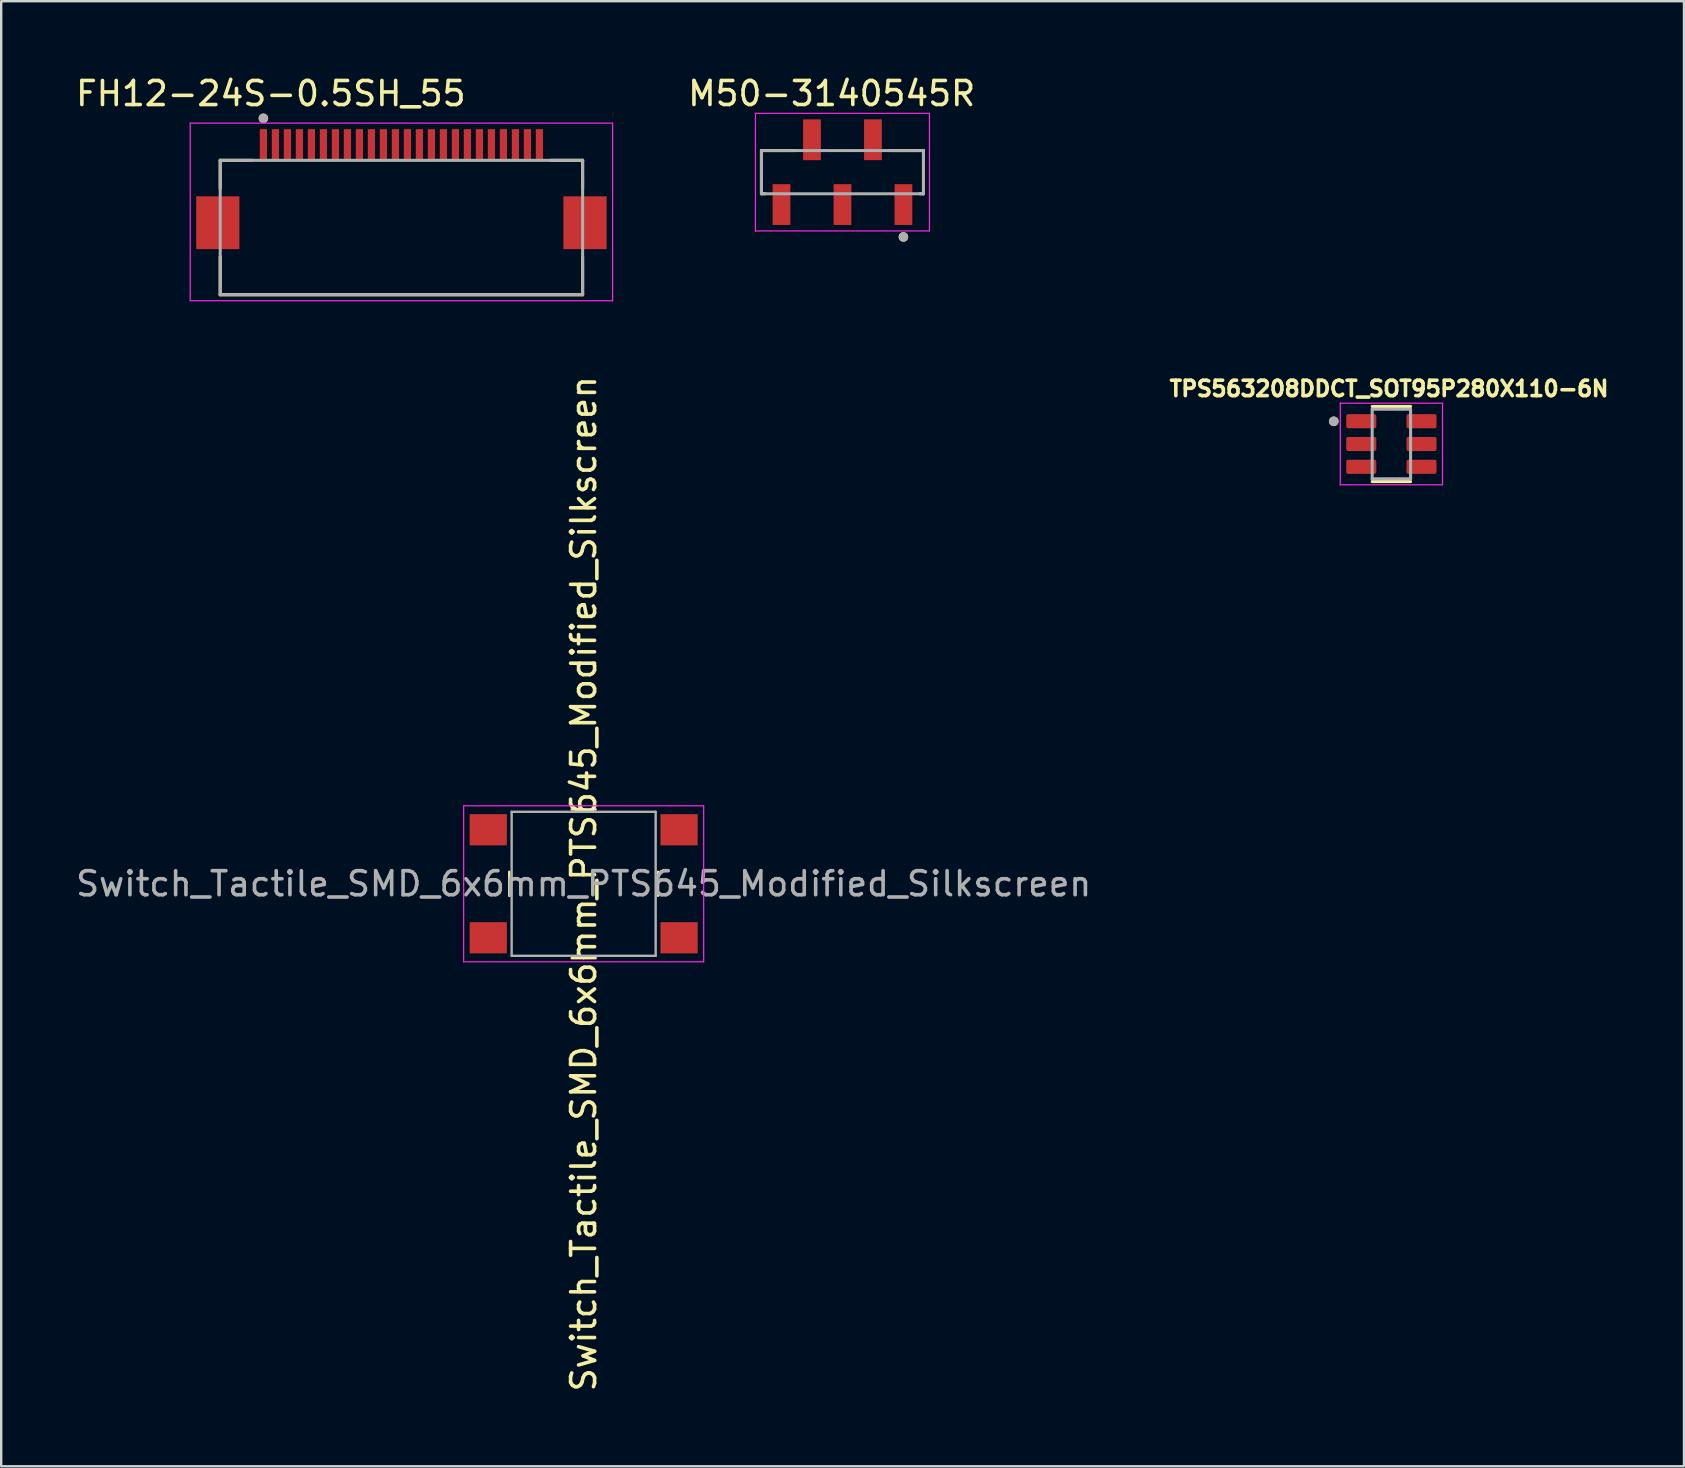
<source format=kicad_pcb>
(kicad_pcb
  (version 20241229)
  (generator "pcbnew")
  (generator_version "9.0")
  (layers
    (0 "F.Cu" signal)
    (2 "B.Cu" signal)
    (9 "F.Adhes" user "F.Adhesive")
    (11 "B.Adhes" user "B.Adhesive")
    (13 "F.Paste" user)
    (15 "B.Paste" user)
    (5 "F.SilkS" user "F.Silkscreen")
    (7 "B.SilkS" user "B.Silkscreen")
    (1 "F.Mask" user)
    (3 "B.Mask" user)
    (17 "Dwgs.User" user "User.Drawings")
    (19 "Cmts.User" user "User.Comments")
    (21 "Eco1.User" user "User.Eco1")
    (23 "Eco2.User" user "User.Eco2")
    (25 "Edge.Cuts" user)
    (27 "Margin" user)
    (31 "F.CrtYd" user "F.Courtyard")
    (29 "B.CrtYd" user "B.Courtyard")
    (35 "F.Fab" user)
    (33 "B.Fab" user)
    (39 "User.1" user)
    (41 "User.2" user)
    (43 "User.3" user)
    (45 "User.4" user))
  (footprint "M50-3140545R"
    (layer "F.Cu")
    (at 32.051 4.123)
    (property "Reference" "M50-3140545R" (at -0.45 -3.275 0) (layer "F.SilkS") (effects (font (size 1 1) (thickness 0.15))))
    (attr smd)
    (fp_line (start -3.375 -0.9) (end -3.375 0.9) (stroke (width 0.127) (type solid)) (layer "F.SilkS"))
    (fp_line (start -3.375 0.9) (end -3.23 0.9) (stroke (width 0.127) (type solid)) (layer "F.SilkS"))
    (fp_line (start -1.96 -0.9) (end -3.375 -0.9) (stroke (width 0.127) (type solid)) (layer "F.SilkS"))
    (fp_line (start 3.23 0.9) (end 3.375 0.9) (stroke (width 0.127) (type solid)) (layer "F.SilkS"))
    (fp_line (start 3.375 -0.9) (end 1.96 -0.9) (stroke (width 0.127) (type solid)) (layer "F.SilkS"))
    (fp_line (start 3.375 0.9) (end 3.375 -0.9) (stroke (width 0.127) (type solid)) (layer "F.SilkS"))
    (fp_circle (center 2.54 2.7) (end 2.64 2.7) (stroke (width 0.2) (type solid)) (fill no) (layer "F.SilkS"))
    (fp_line (start -3.625 -2.45) (end -3.625 2.45) (stroke (width 0.05) (type solid)) (layer "F.CrtYd"))
    (fp_line (start -3.625 2.45) (end 3.625 2.45) (stroke (width 0.05) (type solid)) (layer "F.CrtYd"))
    (fp_line (start 3.625 -2.45) (end -3.625 -2.45) (stroke (width 0.05) (type solid)) (layer "F.CrtYd"))
    (fp_line (start 3.625 2.45) (end 3.625 -2.45) (stroke (width 0.05) (type solid)) (layer "F.CrtYd"))
    (fp_line (start -3.375 -0.9) (end -3.375 0.9) (stroke (width 0.127) (type solid)) (layer "F.Fab"))
    (fp_line (start -3.375 0.9) (end 3.375 0.9) (stroke (width 0.127) (type solid)) (layer "F.Fab"))
    (fp_line (start 3.375 -0.9) (end -3.375 -0.9) (stroke (width 0.127) (type solid)) (layer "F.Fab"))
    (fp_line (start 3.375 0.9) (end 3.375 -0.9) (stroke (width 0.127) (type solid)) (layer "F.Fab"))
    (fp_circle (center 2.54 2.7) (end 2.64 2.7) (stroke (width 0.2) (type solid)) (fill no) (layer "F.Fab"))
    (pad "1" smd rect (at 2.54 1.35) (size 0.74 1.7) (layers "F.Cu" "F.Mask" "F.Paste"))
    (pad "2" smd rect (at 1.27 -1.35) (size 0.74 1.7) (layers "F.Cu" "F.Mask" "F.Paste"))
    (pad "3" smd rect (at 0 1.35) (size 0.74 1.7) (layers "F.Cu" "F.Mask" "F.Paste"))
    (pad "4" smd rect (at -1.27 -1.35) (size 0.74 1.7) (layers "F.Cu" "F.Mask" "F.Paste"))
    (pad "5" smd rect (at -2.54 1.35) (size 0.74 1.7) (layers "F.Cu" "F.Mask" "F.Paste")))
  (footprint "TPS563208DDCT_SOT95P280X110-6N"
    (layer "F.Cu")
    (at 54.922 15.45)
    (property "Reference" "TPS563208DDCT_SOT95P280X110-6N" (at -0.098 -2.306 0) (layer "F.SilkS") (effects (font (size 0.64 0.64) (thickness 0.15))))
    (attr smd)
    (fp_line (start -0.8 -1.565) (end 0.8 -1.565) (stroke (width 0.127) (type solid)) (layer "F.SilkS"))
    (fp_line (start -0.8 1.565) (end 0.8 1.565) (stroke (width 0.127) (type solid)) (layer "F.SilkS"))
    (fp_circle (center -2.4 -0.946) (end -2.3 -0.946) (stroke (width 0.2) (type solid)) (fill no) (layer "F.SilkS"))
    (fp_line (start -2.13 -1.7) (end -2.13 1.7) (stroke (width 0.05) (type solid)) (layer "F.CrtYd"))
    (fp_line (start -2.13 1.7) (end 2.13 1.7) (stroke (width 0.05) (type solid)) (layer "F.CrtYd"))
    (fp_line (start 2.13 -1.7) (end -2.13 -1.7) (stroke (width 0.05) (type solid)) (layer "F.CrtYd"))
    (fp_line (start 2.13 1.7) (end 2.13 -1.7) (stroke (width 0.05) (type solid)) (layer "F.CrtYd"))
    (fp_line (start -0.8 -1.45) (end -0.8 1.45) (stroke (width 0.127) (type solid)) (layer "F.Fab"))
    (fp_line (start -0.8 1.45) (end 0.8 1.45) (stroke (width 0.127) (type solid)) (layer "F.Fab"))
    (fp_line (start 0.8 -1.45) (end -0.8 -1.45) (stroke (width 0.127) (type solid)) (layer "F.Fab"))
    (fp_line (start 0.8 1.45) (end 0.8 -1.45) (stroke (width 0.127) (type solid)) (layer "F.Fab"))
    (fp_circle (center -2.4 -0.946) (end -2.3 -0.946) (stroke (width 0.2) (type solid)) (fill no) (layer "F.Fab"))
    (pad "1" smd roundrect (at -1.255 -0.95) (size 1.25 0.59) (layers "F.Cu" "F.Mask" "F.Paste") (roundrect_rratio 0.125))
    (pad "2" smd roundrect (at -1.255 0) (size 1.25 0.59) (layers "F.Cu" "F.Mask" "F.Paste") (roundrect_rratio 0.125))
    (pad "3" smd roundrect (at -1.255 0.95) (size 1.25 0.59) (layers "F.Cu" "F.Mask" "F.Paste") (roundrect_rratio 0.125))
    (pad "4" smd roundrect (at 1.255 0.95) (size 1.25 0.59) (layers "F.Cu" "F.Mask" "F.Paste") (roundrect_rratio 0.125))
    (pad "5" smd roundrect (at 1.255 0) (size 1.25 0.59) (layers "F.Cu" "F.Mask" "F.Paste") (roundrect_rratio 0.125))
    (pad "6" smd roundrect (at 1.255 -0.95) (size 1.25 0.59) (layers "F.Cu" "F.Mask" "F.Paste") (roundrect_rratio 0.125)))
  (footprint "Switch_Tactile_SMD_6x6mm_PTS645_Modified_Silkscreen"
    (layer "F.Cu")
    (at 21.268 33.773)
    (property "Reference" "Switch_Tactile_SMD_6x6mm_PTS645_Modified_Silkscreen" (at 0 0 90) (layer "F.SilkS") (effects (font (size 1 1) (thickness 0.15))))
    (attr smd)
    (fp_line (start -3.1 0) (end -3.1 -0.5) (stroke (width 0.1) (type solid)) (layer "F.SilkS"))
    (fp_line (start -3.1 0) (end -3.1 0.5) (stroke (width 0.1) (type solid)) (layer "F.SilkS"))
    (fp_line (start 0 -3.1) (end -0.5 -3.1) (stroke (width 0.1) (type solid)) (layer "F.SilkS"))
    (fp_line (start 0 -3.1) (end 0.5 -3.1) (stroke (width 0.1) (type solid)) (layer "F.SilkS"))
    (fp_line (start 0 3.1) (end -0.5 3.1) (stroke (width 0.1) (type solid)) (layer "F.SilkS"))
    (fp_line (start 0 3.1) (end 0.5 3.1) (stroke (width 0.1) (type solid)) (layer "F.SilkS"))
    (fp_line (start 3.1 0) (end 3.1 -0.5) (stroke (width 0.1) (type solid)) (layer "F.SilkS"))
    (fp_line (start 3.1 0) (end 3.1 0.5) (stroke (width 0.1) (type solid)) (layer "F.SilkS"))
    (fp_line (start -5 -3.25) (end -5 3.25) (stroke (width 0.05) (type solid)) (layer "F.CrtYd"))
    (fp_line (start 5 -3.25) (end -5 -3.25) (stroke (width 0.05) (type solid)) (layer "F.CrtYd"))
    (fp_line (start 5 -3.25) (end 5 3.25) (stroke (width 0.05) (type solid)) (layer "F.CrtYd"))
    (fp_line (start 5 3.25) (end -5 3.25) (stroke (width 0.05) (type solid)) (layer "F.CrtYd"))
    (fp_line (start -3 -3) (end -3 3) (stroke (width 0.1) (type solid)) (layer "F.Fab"))
    (fp_line (start -3 -3) (end 3 -3) (stroke (width 0.1) (type solid)) (layer "F.Fab"))
    (fp_line (start -3 3) (end 3 3) (stroke (width 0.1) (type solid)) (layer "F.Fab"))
    (fp_line (start 3 3) (end 3 -3) (stroke (width 0.1) (type solid)) (layer "F.Fab"))
    (fp_text user "${REFERENCE}" (at 0 0 0) (layer "F.Fab") (effects (font (size 1 1) (thickness 0.15))))
    (pad "1" smd rect (at -3.975 -2.25) (size 1.55 1.3) (layers "F.Cu" "F.Mask" "F.Paste"))
    (pad "2" smd rect (at 3.975 -2.25) (size 1.55 1.3) (layers "F.Cu" "F.Mask" "F.Paste"))
    (pad "3" smd rect (at -3.975 2.25) (size 1.55 1.3) (layers "F.Cu" "F.Mask" "F.Paste"))
    (pad "4" smd rect (at 3.975 2.25) (size 1.55 1.3) (layers "F.Cu" "F.Mask" "F.Paste")))
  (footprint "FH12-24S-0.5SH_55"
    (layer "F.Cu")
    (at 13.675 5.78)
    (property "Reference" "FH12-24S-0.5SH_55" (at -5.441 -4.931 0) (layer "F.SilkS") (effects (font (size 1.002 1.002) (thickness 0.15))))
    (attr smd)
    (fp_line (start -7.55 -2.15) (end -6.22 -2.15) (stroke (width 0.127) (type solid)) (layer "F.SilkS"))
    (fp_line (start -7.55 -0.97) (end -7.55 -2.15) (stroke (width 0.127) (type solid)) (layer "F.SilkS"))
    (fp_line (start -7.55 3.45) (end -7.55 1.87) (stroke (width 0.127) (type solid)) (layer "F.SilkS"))
    (fp_line (start 6.22 -2.15) (end 7.55 -2.15) (stroke (width 0.127) (type solid)) (layer "F.SilkS"))
    (fp_line (start 7.55 -0.97) (end 7.55 -2.15) (stroke (width 0.127) (type solid)) (layer "F.SilkS"))
    (fp_line (start 7.55 3.45) (end -7.55 3.45) (stroke (width 0.127) (type solid)) (layer "F.SilkS"))
    (fp_line (start 7.55 3.45) (end 7.55 1.87) (stroke (width 0.127) (type solid)) (layer "F.SilkS"))
    (fp_circle (center -5.75 -3.9) (end -5.65 -3.9) (stroke (width 0.2) (type solid)) (fill no) (layer "F.SilkS"))
    (fp_poly (pts (xy -5.625 -2.15) (xy -5.875 -2.15) (xy -5.875 -3.45) (xy -5.625 -3.45)) (stroke (width 0.01) (type solid)) (fill yes) (layer "F.Paste"))
    (fp_poly (pts (xy -5.125 -2.15) (xy -5.375 -2.15) (xy -5.375 -3.45) (xy -5.125 -3.45)) (stroke (width 0.01) (type solid)) (fill yes) (layer "F.Paste"))
    (fp_poly (pts (xy -4.625 -2.15) (xy -4.875 -2.15) (xy -4.875 -3.45) (xy -4.625 -3.45)) (stroke (width 0.01) (type solid)) (fill yes) (layer "F.Paste"))
    (fp_poly (pts (xy -4.125 -2.15) (xy -4.375 -2.15) (xy -4.375 -3.45) (xy -4.125 -3.45)) (stroke (width 0.01) (type solid)) (fill yes) (layer "F.Paste"))
    (fp_poly (pts (xy -3.625 -2.15) (xy -3.875 -2.15) (xy -3.875 -3.45) (xy -3.625 -3.45)) (stroke (width 0.01) (type solid)) (fill yes) (layer "F.Paste"))
    (fp_poly (pts (xy -3.125 -2.15) (xy -3.375 -2.15) (xy -3.375 -3.45) (xy -3.125 -3.45)) (stroke (width 0.01) (type solid)) (fill yes) (layer "F.Paste"))
    (fp_poly (pts (xy -2.625 -2.15) (xy -2.875 -2.15) (xy -2.875 -3.45) (xy -2.625 -3.45)) (stroke (width 0.01) (type solid)) (fill yes) (layer "F.Paste"))
    (fp_poly (pts (xy -2.125 -2.15) (xy -2.375 -2.15) (xy -2.375 -3.45) (xy -2.125 -3.45)) (stroke (width 0.01) (type solid)) (fill yes) (layer "F.Paste"))
    (fp_poly (pts (xy -1.625 -2.15) (xy -1.875 -2.15) (xy -1.875 -3.45) (xy -1.625 -3.45)) (stroke (width 0.01) (type solid)) (fill yes) (layer "F.Paste"))
    (fp_poly (pts (xy -1.125 -2.15) (xy -1.375 -2.15) (xy -1.375 -3.45) (xy -1.125 -3.45)) (stroke (width 0.01) (type solid)) (fill yes) (layer "F.Paste"))
    (fp_poly (pts (xy -0.625 -2.15) (xy -0.875 -2.15) (xy -0.875 -3.45) (xy -0.625 -3.45)) (stroke (width 0.01) (type solid)) (fill yes) (layer "F.Paste"))
    (fp_poly (pts (xy -0.125 -2.15) (xy -0.375 -2.15) (xy -0.375 -3.45) (xy -0.125 -3.45)) (stroke (width 0.01) (type solid)) (fill yes) (layer "F.Paste"))
    (fp_poly (pts (xy 0.375 -2.15) (xy 0.125 -2.15) (xy 0.125 -3.45) (xy 0.375 -3.45)) (stroke (width 0.01) (type solid)) (fill yes) (layer "F.Paste"))
    (fp_poly (pts (xy 0.875 -2.15) (xy 0.625 -2.15) (xy 0.625 -3.45) (xy 0.875 -3.45)) (stroke (width 0.01) (type solid)) (fill yes) (layer "F.Paste"))
    (fp_poly (pts (xy 1.375 -2.15) (xy 1.125 -2.15) (xy 1.125 -3.45) (xy 1.375 -3.45)) (stroke (width 0.01) (type solid)) (fill yes) (layer "F.Paste"))
    (fp_poly (pts (xy 1.875 -2.15) (xy 1.625 -2.15) (xy 1.625 -3.45) (xy 1.875 -3.45)) (stroke (width 0.01) (type solid)) (fill yes) (layer "F.Paste"))
    (fp_poly (pts (xy 2.375 -2.15) (xy 2.125 -2.15) (xy 2.125 -3.45) (xy 2.375 -3.45)) (stroke (width 0.01) (type solid)) (fill yes) (layer "F.Paste"))
    (fp_poly (pts (xy 2.875 -2.15) (xy 2.625 -2.15) (xy 2.625 -3.45) (xy 2.875 -3.45)) (stroke (width 0.01) (type solid)) (fill yes) (layer "F.Paste"))
    (fp_poly (pts (xy 3.375 -2.15) (xy 3.125 -2.15) (xy 3.125 -3.45) (xy 3.375 -3.45)) (stroke (width 0.01) (type solid)) (fill yes) (layer "F.Paste"))
    (fp_poly (pts (xy 3.875 -2.15) (xy 3.625 -2.15) (xy 3.625 -3.45) (xy 3.875 -3.45)) (stroke (width 0.01) (type solid)) (fill yes) (layer "F.Paste"))
    (fp_poly (pts (xy 4.375 -2.15) (xy 4.125 -2.15) (xy 4.125 -3.45) (xy 4.375 -3.45)) (stroke (width 0.01) (type solid)) (fill yes) (layer "F.Paste"))
    (fp_poly (pts (xy 4.875 -2.15) (xy 4.625 -2.15) (xy 4.625 -3.45) (xy 4.875 -3.45)) (stroke (width 0.01) (type solid)) (fill yes) (layer "F.Paste"))
    (fp_poly (pts (xy 5.375 -2.15) (xy 5.125 -2.15) (xy 5.125 -3.45) (xy 5.375 -3.45)) (stroke (width 0.01) (type solid)) (fill yes) (layer "F.Paste"))
    (fp_poly (pts (xy 5.875 -2.15) (xy 5.625 -2.15) (xy 5.625 -3.45) (xy 5.875 -3.45)) (stroke (width 0.01) (type solid)) (fill yes) (layer "F.Paste"))
    (fp_line (start -8.8 -3.7) (end 8.8 -3.7) (stroke (width 0.05) (type solid)) (layer "F.CrtYd"))
    (fp_line (start -8.8 3.7) (end -8.8 -3.7) (stroke (width 0.05) (type solid)) (layer "F.CrtYd"))
    (fp_line (start 8.8 -3.7) (end 8.8 3.7) (stroke (width 0.05) (type solid)) (layer "F.CrtYd"))
    (fp_line (start 8.8 3.7) (end -8.8 3.7) (stroke (width 0.05) (type solid)) (layer "F.CrtYd"))
    (fp_line (start -7.55 -2.15) (end 7.55 -2.15) (stroke (width 0.127) (type solid)) (layer "F.Fab"))
    (fp_line (start -7.55 3.45) (end -7.55 -2.15) (stroke (width 0.127) (type solid)) (layer "F.Fab"))
    (fp_line (start 7.55 -2.15) (end 7.55 3.45) (stroke (width 0.127) (type solid)) (layer "F.Fab"))
    (fp_line (start 7.55 3.45) (end -7.55 3.45) (stroke (width 0.127) (type solid)) (layer "F.Fab"))
    (fp_circle (center -5.75 -3.9) (end -5.65 -3.9) (stroke (width 0.2) (type solid)) (fill no) (layer "F.Fab"))
    (pad "1" smd rect (at -5.75 -2.8) (size 0.3 1.3) (layers "F.Cu" "F.Mask"))
    (pad "2" smd rect (at -5.25 -2.8) (size 0.3 1.3) (layers "F.Cu" "F.Mask"))
    (pad "3" smd rect (at -4.75 -2.8) (size 0.3 1.3) (layers "F.Cu" "F.Mask"))
    (pad "4" smd rect (at -4.25 -2.8) (size 0.3 1.3) (layers "F.Cu" "F.Mask"))
    (pad "5" smd rect (at -3.75 -2.8) (size 0.3 1.3) (layers "F.Cu" "F.Mask"))
    (pad "6" smd rect (at -3.25 -2.8) (size 0.3 1.3) (layers "F.Cu" "F.Mask"))
    (pad "7" smd rect (at -2.75 -2.8) (size 0.3 1.3) (layers "F.Cu" "F.Mask"))
    (pad "8" smd rect (at -2.25 -2.8) (size 0.3 1.3) (layers "F.Cu" "F.Mask"))
    (pad "9" smd rect (at -1.75 -2.8) (size 0.3 1.3) (layers "F.Cu" "F.Mask"))
    (pad "10" smd rect (at -1.25 -2.8) (size 0.3 1.3) (layers "F.Cu" "F.Mask"))
    (pad "11" smd rect (at -0.75 -2.8) (size 0.3 1.3) (layers "F.Cu" "F.Mask"))
    (pad "12" smd rect (at -0.25 -2.8) (size 0.3 1.3) (layers "F.Cu" "F.Mask"))
    (pad "13" smd rect (at 0.25 -2.8) (size 0.3 1.3) (layers "F.Cu" "F.Mask"))
    (pad "14" smd rect (at 0.75 -2.8) (size 0.3 1.3) (layers "F.Cu" "F.Mask"))
    (pad "15" smd rect (at 1.25 -2.8) (size 0.3 1.3) (layers "F.Cu" "F.Mask"))
    (pad "16" smd rect (at 1.75 -2.8) (size 0.3 1.3) (layers "F.Cu" "F.Mask"))
    (pad "17" smd rect (at 2.25 -2.8) (size 0.3 1.3) (layers "F.Cu" "F.Mask"))
    (pad "18" smd rect (at 2.75 -2.8) (size 0.3 1.3) (layers "F.Cu" "F.Mask"))
    (pad "19" smd rect (at 3.25 -2.8) (size 0.3 1.3) (layers "F.Cu" "F.Mask"))
    (pad "20" smd rect (at 3.75 -2.8) (size 0.3 1.3) (layers "F.Cu" "F.Mask"))
    (pad "21" smd rect (at 4.25 -2.8) (size 0.3 1.3) (layers "F.Cu" "F.Mask"))
    (pad "22" smd rect (at 4.75 -2.8) (size 0.3 1.3) (layers "F.Cu" "F.Mask"))
    (pad "23" smd rect (at 5.25 -2.8) (size 0.3 1.3) (layers "F.Cu" "F.Mask"))
    (pad "24" smd rect (at 5.75 -2.8) (size 0.3 1.3) (layers "F.Cu" "F.Mask"))
    (pad "P1" smd rect (at 7.65 0.45) (size 1.8 2.2) (layers "F.Cu" "F.Mask" "F.Paste"))
    (pad "P2" smd rect (at -7.65 0.45) (size 1.8 2.2) (layers "F.Cu" "F.Mask" "F.Paste")))
  (gr_rect
    (start -3 -3)
    (end 67.113 58.041)
    (stroke (width 0.1) (type default))
    (fill no)
    (layer "Edge.Cuts")))
</source>
